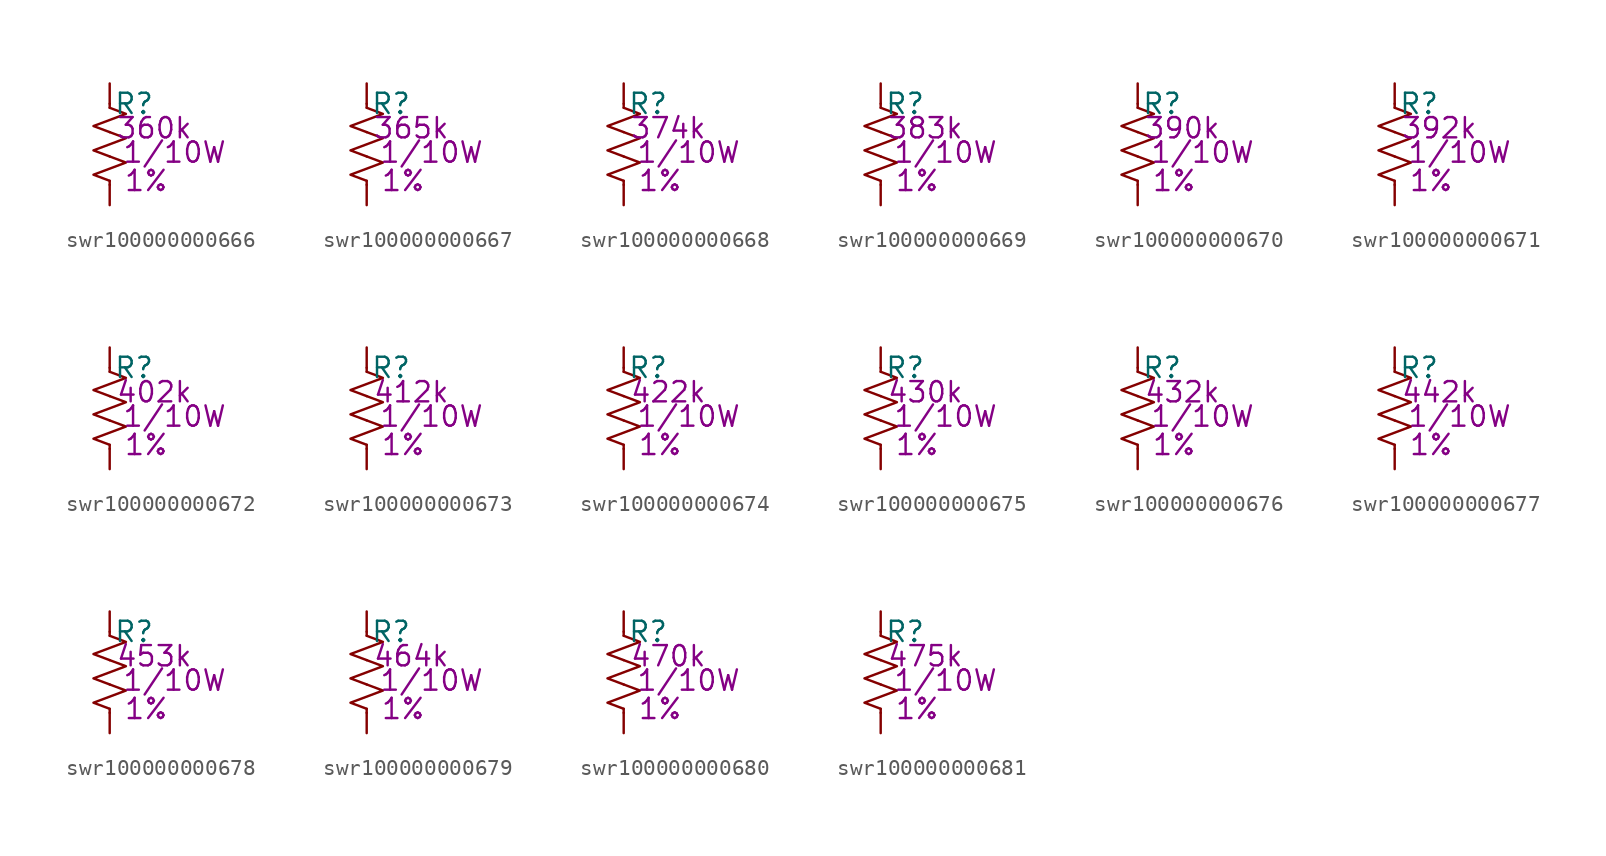
<source format=kicad_sym>
(kicad_symbol_lib
  (version 20211014)
  (generator kicad_symbol_editor)
  (symbol "swr100000000666"
    (pin_numbers hide)
    (pin_names
      (offset 1.016))
    (property "Reference" "R"
      (at 1.524 2.54 0)
      (effects (font (size 1.27 1.27))))
    (property "Tolerance" "1%"
      (at 2.286 -2.286 0)
      (effects (font (size 1.27 1.27))))
    (property "Wattage" "1/10W"
      (at 4.064 -0.508 0)
      (effects (font (size 1.27 1.27))))
    (property "PartValue" "360k"
      (at 2.794 1.016 0)
      (effects (font (size 1.27 1.27))))
    (symbol "swr100000000666_1_1"
      (polyline (pts (xy 0 -2.286) (xy 0 -2.54)) (stroke (width 0) (type default) (color 0 0 0 0)) (fill (type none)))
      (polyline (pts (xy 0 2.286) (xy 0 2.54)) (stroke (width 0) (type default) (color 0 0 0 0)) (fill (type none)))
      (polyline (pts (xy 0 -0.762) (xy 1.016 -1.143) (xy 0 -1.524) (xy -1.016 -1.905) (xy 0 -2.286)) (stroke (width 0) (type default) (color 0 0 0 0)) (fill (type none)))
      (polyline (pts (xy 0 0.762) (xy 1.016 0.381) (xy 0 0) (xy -1.016 -0.381) (xy 0 -0.762)) (stroke (width 0) (type default) (color 0 0 0 0)) (fill (type none)))
      (polyline (pts (xy 0 2.286) (xy 1.016 1.905) (xy 0 1.524) (xy -1.016 1.143) (xy 0 0.762)) (stroke (width 0) (type default) (color 0 0 0 0)) (fill (type none)))
      (pin passive line (at 0 3.81 270) (length 1.27) (name "~" (effects (font (size 1.27 1.27)))) (number "1" (effects (font (size 1.27 1.27)))))
      (pin passive line (at 0 -3.81 90) (length 1.27) (name "~" (effects (font (size 1.27 1.27)))) (number "2" (effects (font (size 1.27 1.27)))))))
  (symbol "swr100000000667"
    (pin_numbers hide)
    (pin_names
      (offset 1.016))
    (property "Reference" "R"
      (at 1.524 2.54 0)
      (effects (font (size 1.27 1.27))))
    (property "Tolerance" "1%"
      (at 2.286 -2.286 0)
      (effects (font (size 1.27 1.27))))
    (property "Wattage" "1/10W"
      (at 4.064 -0.508 0)
      (effects (font (size 1.27 1.27))))
    (property "PartValue" "365k"
      (at 2.794 1.016 0)
      (effects (font (size 1.27 1.27))))
    (symbol "swr100000000667_1_1"
      (polyline (pts (xy 0 -2.286) (xy 0 -2.54)) (stroke (width 0) (type default) (color 0 0 0 0)) (fill (type none)))
      (polyline (pts (xy 0 2.286) (xy 0 2.54)) (stroke (width 0) (type default) (color 0 0 0 0)) (fill (type none)))
      (polyline (pts (xy 0 -0.762) (xy 1.016 -1.143) (xy 0 -1.524) (xy -1.016 -1.905) (xy 0 -2.286)) (stroke (width 0) (type default) (color 0 0 0 0)) (fill (type none)))
      (polyline (pts (xy 0 0.762) (xy 1.016 0.381) (xy 0 0) (xy -1.016 -0.381) (xy 0 -0.762)) (stroke (width 0) (type default) (color 0 0 0 0)) (fill (type none)))
      (polyline (pts (xy 0 2.286) (xy 1.016 1.905) (xy 0 1.524) (xy -1.016 1.143) (xy 0 0.762)) (stroke (width 0) (type default) (color 0 0 0 0)) (fill (type none)))
      (pin passive line (at 0 3.81 270) (length 1.27) (name "~" (effects (font (size 1.27 1.27)))) (number "1" (effects (font (size 1.27 1.27)))))
      (pin passive line (at 0 -3.81 90) (length 1.27) (name "~" (effects (font (size 1.27 1.27)))) (number "2" (effects (font (size 1.27 1.27)))))))
  (symbol "swr100000000668"
    (pin_numbers hide)
    (pin_names
      (offset 1.016))
    (property "Reference" "R"
      (at 1.524 2.54 0)
      (effects (font (size 1.27 1.27))))
    (property "Tolerance" "1%"
      (at 2.286 -2.286 0)
      (effects (font (size 1.27 1.27))))
    (property "Wattage" "1/10W"
      (at 4.064 -0.508 0)
      (effects (font (size 1.27 1.27))))
    (property "PartValue" "374k"
      (at 2.794 1.016 0)
      (effects (font (size 1.27 1.27))))
    (symbol "swr100000000668_1_1"
      (polyline (pts (xy 0 -2.286) (xy 0 -2.54)) (stroke (width 0) (type default) (color 0 0 0 0)) (fill (type none)))
      (polyline (pts (xy 0 2.286) (xy 0 2.54)) (stroke (width 0) (type default) (color 0 0 0 0)) (fill (type none)))
      (polyline (pts (xy 0 -0.762) (xy 1.016 -1.143) (xy 0 -1.524) (xy -1.016 -1.905) (xy 0 -2.286)) (stroke (width 0) (type default) (color 0 0 0 0)) (fill (type none)))
      (polyline (pts (xy 0 0.762) (xy 1.016 0.381) (xy 0 0) (xy -1.016 -0.381) (xy 0 -0.762)) (stroke (width 0) (type default) (color 0 0 0 0)) (fill (type none)))
      (polyline (pts (xy 0 2.286) (xy 1.016 1.905) (xy 0 1.524) (xy -1.016 1.143) (xy 0 0.762)) (stroke (width 0) (type default) (color 0 0 0 0)) (fill (type none)))
      (pin passive line (at 0 3.81 270) (length 1.27) (name "~" (effects (font (size 1.27 1.27)))) (number "1" (effects (font (size 1.27 1.27)))))
      (pin passive line (at 0 -3.81 90) (length 1.27) (name "~" (effects (font (size 1.27 1.27)))) (number "2" (effects (font (size 1.27 1.27)))))))
  (symbol "swr100000000669"
    (pin_numbers hide)
    (pin_names
      (offset 1.016))
    (property "Reference" "R"
      (at 1.524 2.54 0)
      (effects (font (size 1.27 1.27))))
    (property "Tolerance" "1%"
      (at 2.286 -2.286 0)
      (effects (font (size 1.27 1.27))))
    (property "Wattage" "1/10W"
      (at 4.064 -0.508 0)
      (effects (font (size 1.27 1.27))))
    (property "PartValue" "383k"
      (at 2.794 1.016 0)
      (effects (font (size 1.27 1.27))))
    (symbol "swr100000000669_1_1"
      (polyline (pts (xy 0 -2.286) (xy 0 -2.54)) (stroke (width 0) (type default) (color 0 0 0 0)) (fill (type none)))
      (polyline (pts (xy 0 2.286) (xy 0 2.54)) (stroke (width 0) (type default) (color 0 0 0 0)) (fill (type none)))
      (polyline (pts (xy 0 -0.762) (xy 1.016 -1.143) (xy 0 -1.524) (xy -1.016 -1.905) (xy 0 -2.286)) (stroke (width 0) (type default) (color 0 0 0 0)) (fill (type none)))
      (polyline (pts (xy 0 0.762) (xy 1.016 0.381) (xy 0 0) (xy -1.016 -0.381) (xy 0 -0.762)) (stroke (width 0) (type default) (color 0 0 0 0)) (fill (type none)))
      (polyline (pts (xy 0 2.286) (xy 1.016 1.905) (xy 0 1.524) (xy -1.016 1.143) (xy 0 0.762)) (stroke (width 0) (type default) (color 0 0 0 0)) (fill (type none)))
      (pin passive line (at 0 3.81 270) (length 1.27) (name "~" (effects (font (size 1.27 1.27)))) (number "1" (effects (font (size 1.27 1.27)))))
      (pin passive line (at 0 -3.81 90) (length 1.27) (name "~" (effects (font (size 1.27 1.27)))) (number "2" (effects (font (size 1.27 1.27)))))))
  (symbol "swr100000000670"
    (pin_numbers hide)
    (pin_names
      (offset 1.016))
    (property "Reference" "R"
      (at 1.524 2.54 0)
      (effects (font (size 1.27 1.27))))
    (property "Tolerance" "1%"
      (at 2.286 -2.286 0)
      (effects (font (size 1.27 1.27))))
    (property "Wattage" "1/10W"
      (at 4.064 -0.508 0)
      (effects (font (size 1.27 1.27))))
    (property "PartValue" "390k"
      (at 2.794 1.016 0)
      (effects (font (size 1.27 1.27))))
    (symbol "swr100000000670_1_1"
      (polyline (pts (xy 0 -2.286) (xy 0 -2.54)) (stroke (width 0) (type default) (color 0 0 0 0)) (fill (type none)))
      (polyline (pts (xy 0 2.286) (xy 0 2.54)) (stroke (width 0) (type default) (color 0 0 0 0)) (fill (type none)))
      (polyline (pts (xy 0 -0.762) (xy 1.016 -1.143) (xy 0 -1.524) (xy -1.016 -1.905) (xy 0 -2.286)) (stroke (width 0) (type default) (color 0 0 0 0)) (fill (type none)))
      (polyline (pts (xy 0 0.762) (xy 1.016 0.381) (xy 0 0) (xy -1.016 -0.381) (xy 0 -0.762)) (stroke (width 0) (type default) (color 0 0 0 0)) (fill (type none)))
      (polyline (pts (xy 0 2.286) (xy 1.016 1.905) (xy 0 1.524) (xy -1.016 1.143) (xy 0 0.762)) (stroke (width 0) (type default) (color 0 0 0 0)) (fill (type none)))
      (pin passive line (at 0 3.81 270) (length 1.27) (name "~" (effects (font (size 1.27 1.27)))) (number "1" (effects (font (size 1.27 1.27)))))
      (pin passive line (at 0 -3.81 90) (length 1.27) (name "~" (effects (font (size 1.27 1.27)))) (number "2" (effects (font (size 1.27 1.27)))))))
  (symbol "swr100000000671"
    (pin_numbers hide)
    (pin_names
      (offset 1.016))
    (property "Reference" "R"
      (at 1.524 2.54 0)
      (effects (font (size 1.27 1.27))))
    (property "Tolerance" "1%"
      (at 2.286 -2.286 0)
      (effects (font (size 1.27 1.27))))
    (property "Wattage" "1/10W"
      (at 4.064 -0.508 0)
      (effects (font (size 1.27 1.27))))
    (property "PartValue" "392k"
      (at 2.794 1.016 0)
      (effects (font (size 1.27 1.27))))
    (symbol "swr100000000671_1_1"
      (polyline (pts (xy 0 -2.286) (xy 0 -2.54)) (stroke (width 0) (type default) (color 0 0 0 0)) (fill (type none)))
      (polyline (pts (xy 0 2.286) (xy 0 2.54)) (stroke (width 0) (type default) (color 0 0 0 0)) (fill (type none)))
      (polyline (pts (xy 0 -0.762) (xy 1.016 -1.143) (xy 0 -1.524) (xy -1.016 -1.905) (xy 0 -2.286)) (stroke (width 0) (type default) (color 0 0 0 0)) (fill (type none)))
      (polyline (pts (xy 0 0.762) (xy 1.016 0.381) (xy 0 0) (xy -1.016 -0.381) (xy 0 -0.762)) (stroke (width 0) (type default) (color 0 0 0 0)) (fill (type none)))
      (polyline (pts (xy 0 2.286) (xy 1.016 1.905) (xy 0 1.524) (xy -1.016 1.143) (xy 0 0.762)) (stroke (width 0) (type default) (color 0 0 0 0)) (fill (type none)))
      (pin passive line (at 0 3.81 270) (length 1.27) (name "~" (effects (font (size 1.27 1.27)))) (number "1" (effects (font (size 1.27 1.27)))))
      (pin passive line (at 0 -3.81 90) (length 1.27) (name "~" (effects (font (size 1.27 1.27)))) (number "2" (effects (font (size 1.27 1.27)))))))
  (symbol "swr100000000672"
    (pin_numbers hide)
    (pin_names
      (offset 1.016))
    (property "Reference" "R"
      (at 1.524 2.54 0)
      (effects (font (size 1.27 1.27))))
    (property "Tolerance" "1%"
      (at 2.286 -2.286 0)
      (effects (font (size 1.27 1.27))))
    (property "Wattage" "1/10W"
      (at 4.064 -0.508 0)
      (effects (font (size 1.27 1.27))))
    (property "PartValue" "402k"
      (at 2.794 1.016 0)
      (effects (font (size 1.27 1.27))))
    (symbol "swr100000000672_1_1"
      (polyline (pts (xy 0 -2.286) (xy 0 -2.54)) (stroke (width 0) (type default) (color 0 0 0 0)) (fill (type none)))
      (polyline (pts (xy 0 2.286) (xy 0 2.54)) (stroke (width 0) (type default) (color 0 0 0 0)) (fill (type none)))
      (polyline (pts (xy 0 -0.762) (xy 1.016 -1.143) (xy 0 -1.524) (xy -1.016 -1.905) (xy 0 -2.286)) (stroke (width 0) (type default) (color 0 0 0 0)) (fill (type none)))
      (polyline (pts (xy 0 0.762) (xy 1.016 0.381) (xy 0 0) (xy -1.016 -0.381) (xy 0 -0.762)) (stroke (width 0) (type default) (color 0 0 0 0)) (fill (type none)))
      (polyline (pts (xy 0 2.286) (xy 1.016 1.905) (xy 0 1.524) (xy -1.016 1.143) (xy 0 0.762)) (stroke (width 0) (type default) (color 0 0 0 0)) (fill (type none)))
      (pin passive line (at 0 3.81 270) (length 1.27) (name "~" (effects (font (size 1.27 1.27)))) (number "1" (effects (font (size 1.27 1.27)))))
      (pin passive line (at 0 -3.81 90) (length 1.27) (name "~" (effects (font (size 1.27 1.27)))) (number "2" (effects (font (size 1.27 1.27)))))))
  (symbol "swr100000000673"
    (pin_numbers hide)
    (pin_names
      (offset 1.016))
    (property "Reference" "R"
      (at 1.524 2.54 0)
      (effects (font (size 1.27 1.27))))
    (property "Tolerance" "1%"
      (at 2.286 -2.286 0)
      (effects (font (size 1.27 1.27))))
    (property "Wattage" "1/10W"
      (at 4.064 -0.508 0)
      (effects (font (size 1.27 1.27))))
    (property "PartValue" "412k"
      (at 2.794 1.016 0)
      (effects (font (size 1.27 1.27))))
    (symbol "swr100000000673_1_1"
      (polyline (pts (xy 0 -2.286) (xy 0 -2.54)) (stroke (width 0) (type default) (color 0 0 0 0)) (fill (type none)))
      (polyline (pts (xy 0 2.286) (xy 0 2.54)) (stroke (width 0) (type default) (color 0 0 0 0)) (fill (type none)))
      (polyline (pts (xy 0 -0.762) (xy 1.016 -1.143) (xy 0 -1.524) (xy -1.016 -1.905) (xy 0 -2.286)) (stroke (width 0) (type default) (color 0 0 0 0)) (fill (type none)))
      (polyline (pts (xy 0 0.762) (xy 1.016 0.381) (xy 0 0) (xy -1.016 -0.381) (xy 0 -0.762)) (stroke (width 0) (type default) (color 0 0 0 0)) (fill (type none)))
      (polyline (pts (xy 0 2.286) (xy 1.016 1.905) (xy 0 1.524) (xy -1.016 1.143) (xy 0 0.762)) (stroke (width 0) (type default) (color 0 0 0 0)) (fill (type none)))
      (pin passive line (at 0 3.81 270) (length 1.27) (name "~" (effects (font (size 1.27 1.27)))) (number "1" (effects (font (size 1.27 1.27)))))
      (pin passive line (at 0 -3.81 90) (length 1.27) (name "~" (effects (font (size 1.27 1.27)))) (number "2" (effects (font (size 1.27 1.27)))))))
  (symbol "swr100000000674"
    (pin_numbers hide)
    (pin_names
      (offset 1.016))
    (property "Reference" "R"
      (at 1.524 2.54 0)
      (effects (font (size 1.27 1.27))))
    (property "Tolerance" "1%"
      (at 2.286 -2.286 0)
      (effects (font (size 1.27 1.27))))
    (property "Wattage" "1/10W"
      (at 4.064 -0.508 0)
      (effects (font (size 1.27 1.27))))
    (property "PartValue" "422k"
      (at 2.794 1.016 0)
      (effects (font (size 1.27 1.27))))
    (symbol "swr100000000674_1_1"
      (polyline (pts (xy 0 -2.286) (xy 0 -2.54)) (stroke (width 0) (type default) (color 0 0 0 0)) (fill (type none)))
      (polyline (pts (xy 0 2.286) (xy 0 2.54)) (stroke (width 0) (type default) (color 0 0 0 0)) (fill (type none)))
      (polyline (pts (xy 0 -0.762) (xy 1.016 -1.143) (xy 0 -1.524) (xy -1.016 -1.905) (xy 0 -2.286)) (stroke (width 0) (type default) (color 0 0 0 0)) (fill (type none)))
      (polyline (pts (xy 0 0.762) (xy 1.016 0.381) (xy 0 0) (xy -1.016 -0.381) (xy 0 -0.762)) (stroke (width 0) (type default) (color 0 0 0 0)) (fill (type none)))
      (polyline (pts (xy 0 2.286) (xy 1.016 1.905) (xy 0 1.524) (xy -1.016 1.143) (xy 0 0.762)) (stroke (width 0) (type default) (color 0 0 0 0)) (fill (type none)))
      (pin passive line (at 0 3.81 270) (length 1.27) (name "~" (effects (font (size 1.27 1.27)))) (number "1" (effects (font (size 1.27 1.27)))))
      (pin passive line (at 0 -3.81 90) (length 1.27) (name "~" (effects (font (size 1.27 1.27)))) (number "2" (effects (font (size 1.27 1.27)))))))
  (symbol "swr100000000675"
    (pin_numbers hide)
    (pin_names
      (offset 1.016))
    (property "Reference" "R"
      (at 1.524 2.54 0)
      (effects (font (size 1.27 1.27))))
    (property "Tolerance" "1%"
      (at 2.286 -2.286 0)
      (effects (font (size 1.27 1.27))))
    (property "Wattage" "1/10W"
      (at 4.064 -0.508 0)
      (effects (font (size 1.27 1.27))))
    (property "PartValue" "430k"
      (at 2.794 1.016 0)
      (effects (font (size 1.27 1.27))))
    (symbol "swr100000000675_1_1"
      (polyline (pts (xy 0 -2.286) (xy 0 -2.54)) (stroke (width 0) (type default) (color 0 0 0 0)) (fill (type none)))
      (polyline (pts (xy 0 2.286) (xy 0 2.54)) (stroke (width 0) (type default) (color 0 0 0 0)) (fill (type none)))
      (polyline (pts (xy 0 -0.762) (xy 1.016 -1.143) (xy 0 -1.524) (xy -1.016 -1.905) (xy 0 -2.286)) (stroke (width 0) (type default) (color 0 0 0 0)) (fill (type none)))
      (polyline (pts (xy 0 0.762) (xy 1.016 0.381) (xy 0 0) (xy -1.016 -0.381) (xy 0 -0.762)) (stroke (width 0) (type default) (color 0 0 0 0)) (fill (type none)))
      (polyline (pts (xy 0 2.286) (xy 1.016 1.905) (xy 0 1.524) (xy -1.016 1.143) (xy 0 0.762)) (stroke (width 0) (type default) (color 0 0 0 0)) (fill (type none)))
      (pin passive line (at 0 3.81 270) (length 1.27) (name "~" (effects (font (size 1.27 1.27)))) (number "1" (effects (font (size 1.27 1.27)))))
      (pin passive line (at 0 -3.81 90) (length 1.27) (name "~" (effects (font (size 1.27 1.27)))) (number "2" (effects (font (size 1.27 1.27)))))))
  (symbol "swr100000000676"
    (pin_numbers hide)
    (pin_names
      (offset 1.016))
    (property "Reference" "R"
      (at 1.524 2.54 0)
      (effects (font (size 1.27 1.27))))
    (property "Tolerance" "1%"
      (at 2.286 -2.286 0)
      (effects (font (size 1.27 1.27))))
    (property "Wattage" "1/10W"
      (at 4.064 -0.508 0)
      (effects (font (size 1.27 1.27))))
    (property "PartValue" "432k"
      (at 2.794 1.016 0)
      (effects (font (size 1.27 1.27))))
    (symbol "swr100000000676_1_1"
      (polyline (pts (xy 0 -2.286) (xy 0 -2.54)) (stroke (width 0) (type default) (color 0 0 0 0)) (fill (type none)))
      (polyline (pts (xy 0 2.286) (xy 0 2.54)) (stroke (width 0) (type default) (color 0 0 0 0)) (fill (type none)))
      (polyline (pts (xy 0 -0.762) (xy 1.016 -1.143) (xy 0 -1.524) (xy -1.016 -1.905) (xy 0 -2.286)) (stroke (width 0) (type default) (color 0 0 0 0)) (fill (type none)))
      (polyline (pts (xy 0 0.762) (xy 1.016 0.381) (xy 0 0) (xy -1.016 -0.381) (xy 0 -0.762)) (stroke (width 0) (type default) (color 0 0 0 0)) (fill (type none)))
      (polyline (pts (xy 0 2.286) (xy 1.016 1.905) (xy 0 1.524) (xy -1.016 1.143) (xy 0 0.762)) (stroke (width 0) (type default) (color 0 0 0 0)) (fill (type none)))
      (pin passive line (at 0 3.81 270) (length 1.27) (name "~" (effects (font (size 1.27 1.27)))) (number "1" (effects (font (size 1.27 1.27)))))
      (pin passive line (at 0 -3.81 90) (length 1.27) (name "~" (effects (font (size 1.27 1.27)))) (number "2" (effects (font (size 1.27 1.27)))))))
  (symbol "swr100000000677"
    (pin_numbers hide)
    (pin_names
      (offset 1.016))
    (property "Reference" "R"
      (at 1.524 2.54 0)
      (effects (font (size 1.27 1.27))))
    (property "Tolerance" "1%"
      (at 2.286 -2.286 0)
      (effects (font (size 1.27 1.27))))
    (property "Wattage" "1/10W"
      (at 4.064 -0.508 0)
      (effects (font (size 1.27 1.27))))
    (property "PartValue" "442k"
      (at 2.794 1.016 0)
      (effects (font (size 1.27 1.27))))
    (symbol "swr100000000677_1_1"
      (polyline (pts (xy 0 -2.286) (xy 0 -2.54)) (stroke (width 0) (type default) (color 0 0 0 0)) (fill (type none)))
      (polyline (pts (xy 0 2.286) (xy 0 2.54)) (stroke (width 0) (type default) (color 0 0 0 0)) (fill (type none)))
      (polyline (pts (xy 0 -0.762) (xy 1.016 -1.143) (xy 0 -1.524) (xy -1.016 -1.905) (xy 0 -2.286)) (stroke (width 0) (type default) (color 0 0 0 0)) (fill (type none)))
      (polyline (pts (xy 0 0.762) (xy 1.016 0.381) (xy 0 0) (xy -1.016 -0.381) (xy 0 -0.762)) (stroke (width 0) (type default) (color 0 0 0 0)) (fill (type none)))
      (polyline (pts (xy 0 2.286) (xy 1.016 1.905) (xy 0 1.524) (xy -1.016 1.143) (xy 0 0.762)) (stroke (width 0) (type default) (color 0 0 0 0)) (fill (type none)))
      (pin passive line (at 0 3.81 270) (length 1.27) (name "~" (effects (font (size 1.27 1.27)))) (number "1" (effects (font (size 1.27 1.27)))))
      (pin passive line (at 0 -3.81 90) (length 1.27) (name "~" (effects (font (size 1.27 1.27)))) (number "2" (effects (font (size 1.27 1.27)))))))
  (symbol "swr100000000678"
    (pin_numbers hide)
    (pin_names
      (offset 1.016))
    (property "Reference" "R"
      (at 1.524 2.54 0)
      (effects (font (size 1.27 1.27))))
    (property "Tolerance" "1%"
      (at 2.286 -2.286 0)
      (effects (font (size 1.27 1.27))))
    (property "Wattage" "1/10W"
      (at 4.064 -0.508 0)
      (effects (font (size 1.27 1.27))))
    (property "PartValue" "453k"
      (at 2.794 1.016 0)
      (effects (font (size 1.27 1.27))))
    (symbol "swr100000000678_1_1"
      (polyline (pts (xy 0 -2.286) (xy 0 -2.54)) (stroke (width 0) (type default) (color 0 0 0 0)) (fill (type none)))
      (polyline (pts (xy 0 2.286) (xy 0 2.54)) (stroke (width 0) (type default) (color 0 0 0 0)) (fill (type none)))
      (polyline (pts (xy 0 -0.762) (xy 1.016 -1.143) (xy 0 -1.524) (xy -1.016 -1.905) (xy 0 -2.286)) (stroke (width 0) (type default) (color 0 0 0 0)) (fill (type none)))
      (polyline (pts (xy 0 0.762) (xy 1.016 0.381) (xy 0 0) (xy -1.016 -0.381) (xy 0 -0.762)) (stroke (width 0) (type default) (color 0 0 0 0)) (fill (type none)))
      (polyline (pts (xy 0 2.286) (xy 1.016 1.905) (xy 0 1.524) (xy -1.016 1.143) (xy 0 0.762)) (stroke (width 0) (type default) (color 0 0 0 0)) (fill (type none)))
      (pin passive line (at 0 3.81 270) (length 1.27) (name "~" (effects (font (size 1.27 1.27)))) (number "1" (effects (font (size 1.27 1.27)))))
      (pin passive line (at 0 -3.81 90) (length 1.27) (name "~" (effects (font (size 1.27 1.27)))) (number "2" (effects (font (size 1.27 1.27)))))))
  (symbol "swr100000000679"
    (pin_numbers hide)
    (pin_names
      (offset 1.016))
    (property "Reference" "R"
      (at 1.524 2.54 0)
      (effects (font (size 1.27 1.27))))
    (property "Tolerance" "1%"
      (at 2.286 -2.286 0)
      (effects (font (size 1.27 1.27))))
    (property "Wattage" "1/10W"
      (at 4.064 -0.508 0)
      (effects (font (size 1.27 1.27))))
    (property "PartValue" "464k"
      (at 2.794 1.016 0)
      (effects (font (size 1.27 1.27))))
    (symbol "swr100000000679_1_1"
      (polyline (pts (xy 0 -2.286) (xy 0 -2.54)) (stroke (width 0) (type default) (color 0 0 0 0)) (fill (type none)))
      (polyline (pts (xy 0 2.286) (xy 0 2.54)) (stroke (width 0) (type default) (color 0 0 0 0)) (fill (type none)))
      (polyline (pts (xy 0 -0.762) (xy 1.016 -1.143) (xy 0 -1.524) (xy -1.016 -1.905) (xy 0 -2.286)) (stroke (width 0) (type default) (color 0 0 0 0)) (fill (type none)))
      (polyline (pts (xy 0 0.762) (xy 1.016 0.381) (xy 0 0) (xy -1.016 -0.381) (xy 0 -0.762)) (stroke (width 0) (type default) (color 0 0 0 0)) (fill (type none)))
      (polyline (pts (xy 0 2.286) (xy 1.016 1.905) (xy 0 1.524) (xy -1.016 1.143) (xy 0 0.762)) (stroke (width 0) (type default) (color 0 0 0 0)) (fill (type none)))
      (pin passive line (at 0 3.81 270) (length 1.27) (name "~" (effects (font (size 1.27 1.27)))) (number "1" (effects (font (size 1.27 1.27)))))
      (pin passive line (at 0 -3.81 90) (length 1.27) (name "~" (effects (font (size 1.27 1.27)))) (number "2" (effects (font (size 1.27 1.27)))))))
  (symbol "swr100000000680"
    (pin_numbers hide)
    (pin_names
      (offset 1.016))
    (property "Reference" "R"
      (at 1.524 2.54 0)
      (effects (font (size 1.27 1.27))))
    (property "Tolerance" "1%"
      (at 2.286 -2.286 0)
      (effects (font (size 1.27 1.27))))
    (property "Wattage" "1/10W"
      (at 4.064 -0.508 0)
      (effects (font (size 1.27 1.27))))
    (property "PartValue" "470k"
      (at 2.794 1.016 0)
      (effects (font (size 1.27 1.27))))
    (symbol "swr100000000680_1_1"
      (polyline (pts (xy 0 -2.286) (xy 0 -2.54)) (stroke (width 0) (type default) (color 0 0 0 0)) (fill (type none)))
      (polyline (pts (xy 0 2.286) (xy 0 2.54)) (stroke (width 0) (type default) (color 0 0 0 0)) (fill (type none)))
      (polyline (pts (xy 0 -0.762) (xy 1.016 -1.143) (xy 0 -1.524) (xy -1.016 -1.905) (xy 0 -2.286)) (stroke (width 0) (type default) (color 0 0 0 0)) (fill (type none)))
      (polyline (pts (xy 0 0.762) (xy 1.016 0.381) (xy 0 0) (xy -1.016 -0.381) (xy 0 -0.762)) (stroke (width 0) (type default) (color 0 0 0 0)) (fill (type none)))
      (polyline (pts (xy 0 2.286) (xy 1.016 1.905) (xy 0 1.524) (xy -1.016 1.143) (xy 0 0.762)) (stroke (width 0) (type default) (color 0 0 0 0)) (fill (type none)))
      (pin passive line (at 0 3.81 270) (length 1.27) (name "~" (effects (font (size 1.27 1.27)))) (number "1" (effects (font (size 1.27 1.27)))))
      (pin passive line (at 0 -3.81 90) (length 1.27) (name "~" (effects (font (size 1.27 1.27)))) (number "2" (effects (font (size 1.27 1.27)))))))
  (symbol "swr100000000681"
    (pin_numbers hide)
    (pin_names
      (offset 1.016))
    (property "Reference" "R"
      (at 1.524 2.54 0)
      (effects (font (size 1.27 1.27))))
    (property "Tolerance" "1%"
      (at 2.286 -2.286 0)
      (effects (font (size 1.27 1.27))))
    (property "Wattage" "1/10W"
      (at 4.064 -0.508 0)
      (effects (font (size 1.27 1.27))))
    (property "PartValue" "475k"
      (at 2.794 1.016 0)
      (effects (font (size 1.27 1.27))))
    (symbol "swr100000000681_1_1"
      (polyline (pts (xy 0 -2.286) (xy 0 -2.54)) (stroke (width 0) (type default) (color 0 0 0 0)) (fill (type none)))
      (polyline (pts (xy 0 2.286) (xy 0 2.54)) (stroke (width 0) (type default) (color 0 0 0 0)) (fill (type none)))
      (polyline (pts (xy 0 -0.762) (xy 1.016 -1.143) (xy 0 -1.524) (xy -1.016 -1.905) (xy 0 -2.286)) (stroke (width 0) (type default) (color 0 0 0 0)) (fill (type none)))
      (polyline (pts (xy 0 0.762) (xy 1.016 0.381) (xy 0 0) (xy -1.016 -0.381) (xy 0 -0.762)) (stroke (width 0) (type default) (color 0 0 0 0)) (fill (type none)))
      (polyline (pts (xy 0 2.286) (xy 1.016 1.905) (xy 0 1.524) (xy -1.016 1.143) (xy 0 0.762)) (stroke (width 0) (type default) (color 0 0 0 0)) (fill (type none)))
      (pin passive line (at 0 3.81 270) (length 1.27) (name "~" (effects (font (size 1.27 1.27)))) (number "1" (effects (font (size 1.27 1.27)))))
      (pin passive line (at 0 -3.81 90) (length 1.27) (name "~" (effects (font (size 1.27 1.27)))) (number "2" (effects (font (size 1.27 1.27))))))))
</source>
